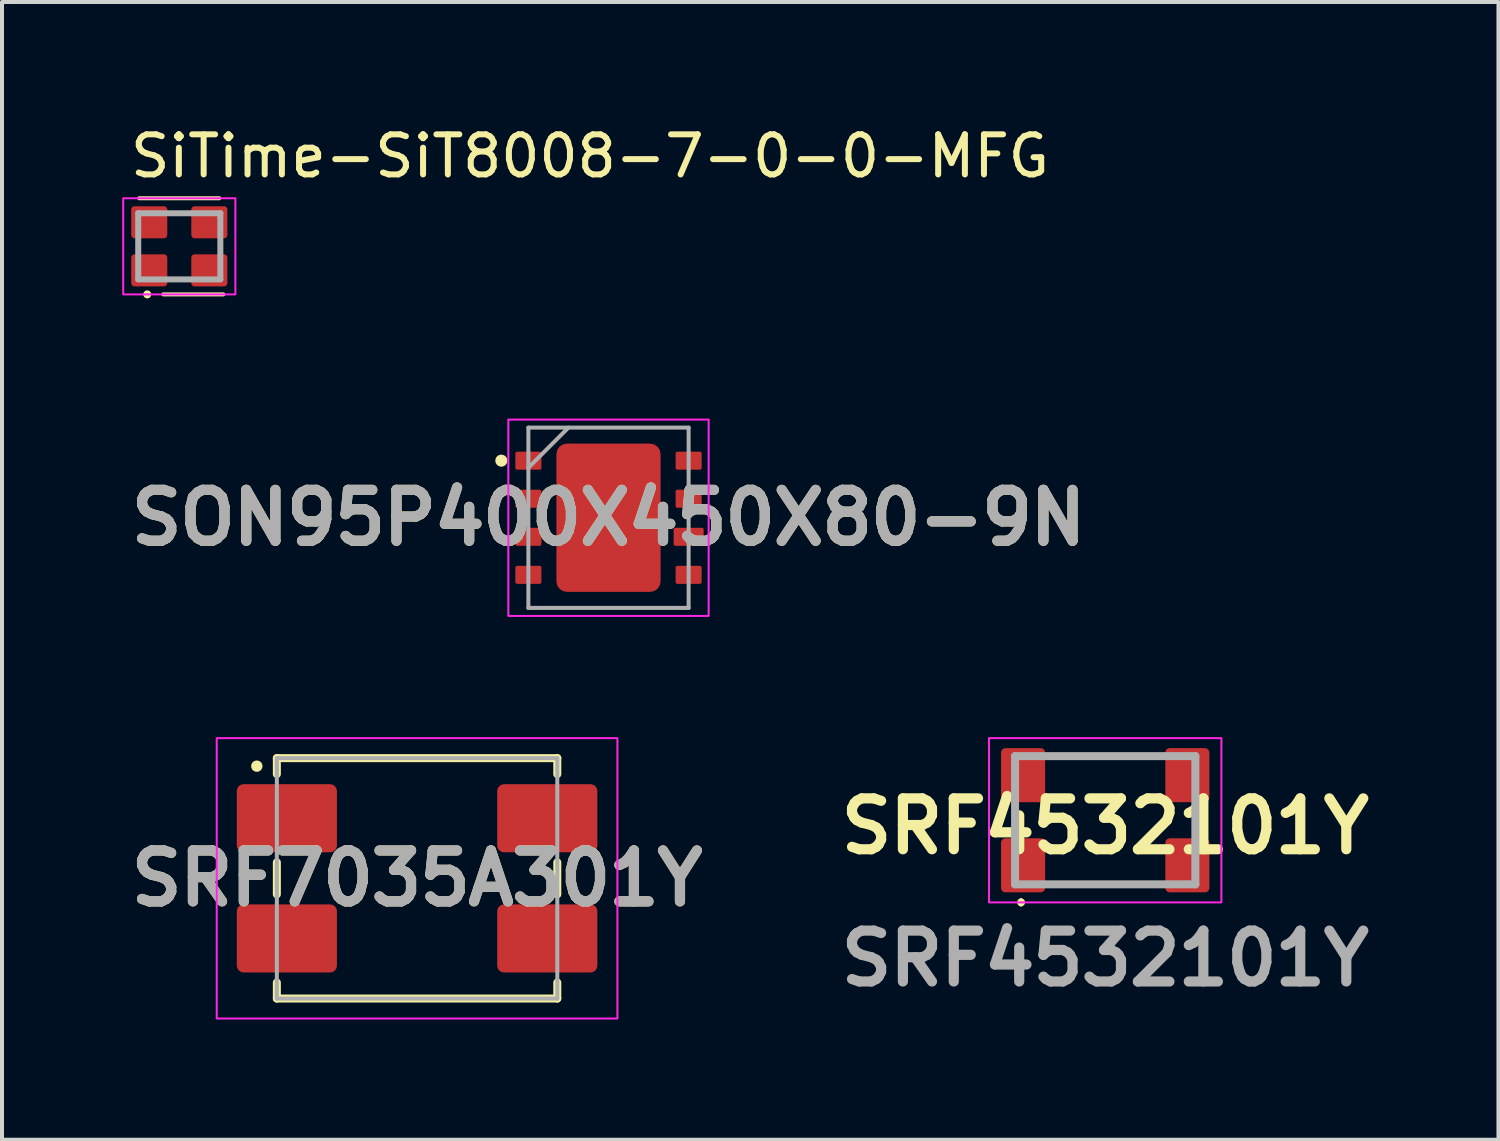
<source format=kicad_pcb>
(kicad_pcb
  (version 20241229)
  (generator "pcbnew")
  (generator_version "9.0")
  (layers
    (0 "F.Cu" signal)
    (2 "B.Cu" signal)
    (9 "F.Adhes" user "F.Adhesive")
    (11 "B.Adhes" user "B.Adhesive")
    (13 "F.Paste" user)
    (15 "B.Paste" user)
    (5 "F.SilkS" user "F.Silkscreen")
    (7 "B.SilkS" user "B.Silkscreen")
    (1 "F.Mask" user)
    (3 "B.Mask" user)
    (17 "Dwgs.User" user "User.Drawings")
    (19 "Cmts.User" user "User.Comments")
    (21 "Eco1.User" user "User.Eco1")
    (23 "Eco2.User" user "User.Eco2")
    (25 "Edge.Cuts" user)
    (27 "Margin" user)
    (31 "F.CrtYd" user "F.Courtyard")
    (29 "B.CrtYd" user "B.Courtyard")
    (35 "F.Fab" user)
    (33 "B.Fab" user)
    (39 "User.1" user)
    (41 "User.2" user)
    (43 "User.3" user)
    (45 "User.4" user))
  (footprint "SRF7035A301Y"
    (layer "F.Cu")
    (at 7.36 18.873)
    (property "Reference" "SRF7035A301Y" (at 0 0 0) (layer "F.SilkS") (effects (font (size 1.27 1.27) (thickness 0.254))))
    (attr smd)
    (fp_line (start -3.5 -3) (end 3.5 -3) (stroke (width 0.2) (type solid)) (layer "F.SilkS"))
    (fp_line (start -3.5 -2.6) (end -3.5 -3) (stroke (width 0.2) (type solid)) (layer "F.SilkS"))
    (fp_line (start -3.5 -0.4) (end -3.5 0.4) (stroke (width 0.2) (type solid)) (layer "F.SilkS"))
    (fp_line (start -3.5 3) (end -3.5 2.6) (stroke (width 0.2) (type solid)) (layer "F.SilkS"))
    (fp_line (start 3.5 -3) (end 3.5 -2.6) (stroke (width 0.2) (type solid)) (layer "F.SilkS"))
    (fp_line (start 3.5 -0.4) (end 3.5 0.4) (stroke (width 0.2) (type solid)) (layer "F.SilkS"))
    (fp_line (start 3.5 2.6) (end 3.5 3) (stroke (width 0.2) (type solid)) (layer "F.SilkS"))
    (fp_line (start 3.5 3) (end -3.5 3) (stroke (width 0.2) (type solid)) (layer "F.SilkS"))
    (fp_circle (center -4 -2.8) (end -3.9 -2.7) (stroke (width 0) (type solid)) (fill yes) (layer "F.SilkS"))
    (fp_rect (start -5 -3.5) (end 5 3.5) (stroke (width 0.05) (type default)) (fill no) (layer "F.CrtYd"))
    (fp_line (start -3.5 -3) (end -3.5 3) (stroke (width 0.1) (type solid)) (layer "F.Fab"))
    (fp_line (start -3.5 3) (end 3.5 3) (stroke (width 0.1) (type solid)) (layer "F.Fab"))
    (fp_line (start 3.5 -3) (end -3.5 -3) (stroke (width 0.1) (type solid)) (layer "F.Fab"))
    (fp_line (start 3.5 3) (end 3.5 -3) (stroke (width 0.1) (type solid)) (layer "F.Fab"))
    (fp_text user "${REFERENCE}" (at 0 0 0) (layer "F.Fab") (effects (font (size 1.27 1.27) (thickness 0.254))))
    (pad "1" smd roundrect (at -3.25 -1.5 90) (size 1.7 2.5) (layers "F.Cu" "F.Mask" "F.Paste") (roundrect_rratio 0.1))
    (pad "2" smd roundrect (at -3.25 1.5 90) (size 1.7 2.5) (layers "F.Cu" "F.Mask" "F.Paste") (roundrect_rratio 0.1))
    (pad "3" smd roundrect (at 3.25 1.5 90) (size 1.7 2.5) (layers "F.Cu" "F.Mask" "F.Paste") (roundrect_rratio 0.1))
    (pad "4" smd roundrect (at 3.25 -1.5 90) (size 1.7 2.5) (layers "F.Cu" "F.Mask" "F.Paste") (roundrect_rratio 0.1)))
  (footprint "SON95P400X450X80-9N"
    (layer "F.Cu")
    (at 12.138 9.873)
    (property "Reference" "SON95P400X450X80-9N" (at 0 0 0) (layer "F.SilkS") (effects (font (size 1.27 1.27) (thickness 0.254))))
    (attr smd)
    (fp_circle (center -2.675 -1.425) (end -2.675 -1.275) (stroke (width 0) (type solid)) (fill yes) (layer "F.SilkS"))
    (fp_rect (start -2.5 -2.45) (end 2.5 2.45) (stroke (width 0.05) (type default)) (fill no) (layer "F.CrtYd"))
    (fp_line (start -2 -2.25) (end 2 -2.25) (stroke (width 0.1) (type solid)) (layer "F.Fab"))
    (fp_line (start -2 -1.25) (end -1 -2.25) (stroke (width 0.1) (type solid)) (layer "F.Fab"))
    (fp_line (start -2 2.25) (end -2 -2.25) (stroke (width 0.1) (type solid)) (layer "F.Fab"))
    (fp_line (start 2 -2.25) (end 2 2.25) (stroke (width 0.1) (type solid)) (layer "F.Fab"))
    (fp_line (start 2 2.25) (end -2 2.25) (stroke (width 0.1) (type solid)) (layer "F.Fab"))
    (fp_text user "${REFERENCE}" (at 0 0 0) (layer "F.Fab") (effects (font (size 1.27 1.27) (thickness 0.254))))
    (pad "1" smd roundrect (at -2 -1.425 90) (size 0.45 0.65) (layers "F.Cu" "F.Mask" "F.Paste") (roundrect_rratio 0.1))
    (pad "2" smd roundrect (at -2 -0.475 90) (size 0.45 0.65) (layers "F.Cu" "F.Mask" "F.Paste") (roundrect_rratio 0.1))
    (pad "3" smd roundrect (at -2 0.475 90) (size 0.45 0.65) (layers "F.Cu" "F.Mask" "F.Paste") (roundrect_rratio 0.1))
    (pad "4" smd roundrect (at -2 1.425 90) (size 0.45 0.65) (layers "F.Cu" "F.Mask" "F.Paste") (roundrect_rratio 0.1))
    (pad "5" smd roundrect (at 2 1.425 90) (size 0.45 0.65) (layers "F.Cu" "F.Mask" "F.Paste") (roundrect_rratio 0.1))
    (pad "6" smd roundrect (at 2 0.475 90) (size 0.45 0.75) (layers "F.Cu" "F.Mask" "F.Paste") (roundrect_rratio 0.1))
    (pad "7" smd roundrect (at 2 -0.475 90) (size 0.45 0.65) (layers "F.Cu" "F.Mask" "F.Paste") (roundrect_rratio 0.1))
    (pad "8" smd roundrect (at 2 -1.425 90) (size 0.45 0.65) (layers "F.Cu" "F.Mask" "F.Paste") (roundrect_rratio 0.1))
    (pad "9" smd roundrect (at 0 0) (size 2.6 3.7) (layers "F.Cu" "F.Mask" "F.Paste") (roundrect_rratio 0.1)))
  (footprint "SiTime-SiT8008-7-0-0-MFG"
    (layer "F.Cu")
    (at 1.425 3.098)
    (property "Reference" "SiTime-SiT8008-7-0-0-MFG" (at -1.3 -2.25 0) (layer "F.SilkS") (effects (font (size 1 1) (thickness 0.15)) (justify left)))
    (attr through_hole)
    (fp_line (start -1 -1.2) (end 1 -1.2) (stroke (width 0.1) (type default)) (layer "F.SilkS"))
    (fp_line (start -0.4 1.2) (end 1.1 1.2) (stroke (width 0.1) (type default)) (layer "F.SilkS"))
    (fp_circle (center -0.8 1.2) (end -0.8 1.1) (stroke (width 0) (type solid)) (fill yes) (layer "F.SilkS"))
    (fp_rect (start -1.4 -1.2) (end 1.4 1.2) (stroke (width 0.05) (type default)) (fill no) (layer "F.CrtYd"))
    (fp_line (start -1.025 -0.825) (end 1.025 -0.825) (stroke (width 0.15) (type solid)) (layer "F.Fab"))
    (fp_line (start -1.025 0.825) (end -1.025 -0.825) (stroke (width 0.15) (type solid)) (layer "F.Fab"))
    (fp_line (start 1.025 -0.825) (end 1.025 0.825) (stroke (width 0.15) (type solid)) (layer "F.Fab"))
    (fp_line (start 1.025 0.825) (end -1.025 0.825) (stroke (width 0.15) (type solid)) (layer "F.Fab"))
    (pad "1" smd roundrect (at -0.75 0.6) (size 0.9 0.8) (layers "F.Cu" "F.Mask" "F.Paste") (roundrect_rratio 0.1))
    (pad "2" smd roundrect (at 0.75 0.6) (size 0.9 0.8) (layers "F.Cu" "F.Mask" "F.Paste") (roundrect_rratio 0.1))
    (pad "3" smd roundrect (at 0.75 -0.6) (size 0.9 0.8) (layers "F.Cu" "F.Mask" "F.Paste") (roundrect_rratio 0.1))
    (pad "4" smd roundrect (at -0.75 -0.6) (size 0.9 0.8) (layers "F.Cu" "F.Mask" "F.Paste") (roundrect_rratio 0.1)))
  (footprint "SRF4532101Y"
    (layer "F.Cu")
    (at 24.536 17.423)
    (property "Reference" "SRF4532101Y" (at 0 0.15 0) (layer "F.SilkS") (effects (font (size 1.27 1.27) (thickness 0.254))))
    (attr smd)
    (fp_line (start -2.25 -0.2) (end -2.25 0.2) (stroke (width 0.1) (type solid)) (layer "F.SilkS"))
    (fp_line (start -2.1 2) (end -2.1 2) (stroke (width 0.1) (type solid)) (layer "F.SilkS"))
    (fp_line (start -2.1 2.1) (end -2.1 2.1) (stroke (width 0.1) (type solid)) (layer "F.SilkS"))
    (fp_line (start -1.2 -1.6) (end 1.2 -1.6) (stroke (width 0.1) (type solid)) (layer "F.SilkS"))
    (fp_line (start -1.2 1.6) (end 1.2 1.6) (stroke (width 0.1) (type solid)) (layer "F.SilkS"))
    (fp_line (start 2.25 -0.2) (end 2.25 0.2) (stroke (width 0.1) (type solid)) (layer "F.SilkS"))
    (fp_arc (start -2.1 2) (mid -2.05 2.05) (end -2.1 2.1) (stroke (width 0.1) (type solid)) (layer "F.SilkS"))
    (fp_arc (start -2.1 2.1) (mid -2.15 2.05) (end -2.1 2) (stroke (width 0.1) (type solid)) (layer "F.SilkS"))
    (fp_rect (start -2.9 -2.05) (end 2.9 2.05) (stroke (width 0.05) (type default)) (fill no) (layer "F.CrtYd"))
    (fp_line (start -2.25 -1.6) (end 2.25 -1.6) (stroke (width 0.2) (type solid)) (layer "F.Fab"))
    (fp_line (start -2.25 1.6) (end -2.25 -1.6) (stroke (width 0.2) (type solid)) (layer "F.Fab"))
    (fp_line (start 2.25 -1.6) (end 2.25 1.6) (stroke (width 0.2) (type solid)) (layer "F.Fab"))
    (fp_line (start 2.25 1.6) (end -2.25 1.6) (stroke (width 0.2) (type solid)) (layer "F.Fab"))
    (fp_text user "${REFERENCE}" (at 0 3.45 0) (layer "F.Fab") (effects (font (size 1.27 1.27) (thickness 0.254))))
    (pad "1" smd roundrect (at -2.05 1.125 90) (size 1.35 1.1) (layers "F.Cu" "F.Mask" "F.Paste") (roundrect_rratio 0.1))
    (pad "2" smd roundrect (at 2.05 1.125 90) (size 1.35 1.1) (layers "F.Cu" "F.Mask" "F.Paste") (roundrect_rratio 0.1))
    (pad "3" smd roundrect (at 2.05 -1.125 90) (size 1.35 1.1) (layers "F.Cu" "F.Mask" "F.Paste") (roundrect_rratio 0.1))
    (pad "4" smd roundrect (at -2.05 -1.125 90) (size 1.35 1.1) (layers "F.Cu" "F.Mask" "F.Paste") (roundrect_rratio 0.1)))
  (gr_rect
    (start -3 -3)
    (end 34.351 25.398)
    (stroke (width 0.1) (type default))
    (fill no)
    (layer "Edge.Cuts")))
</source>
